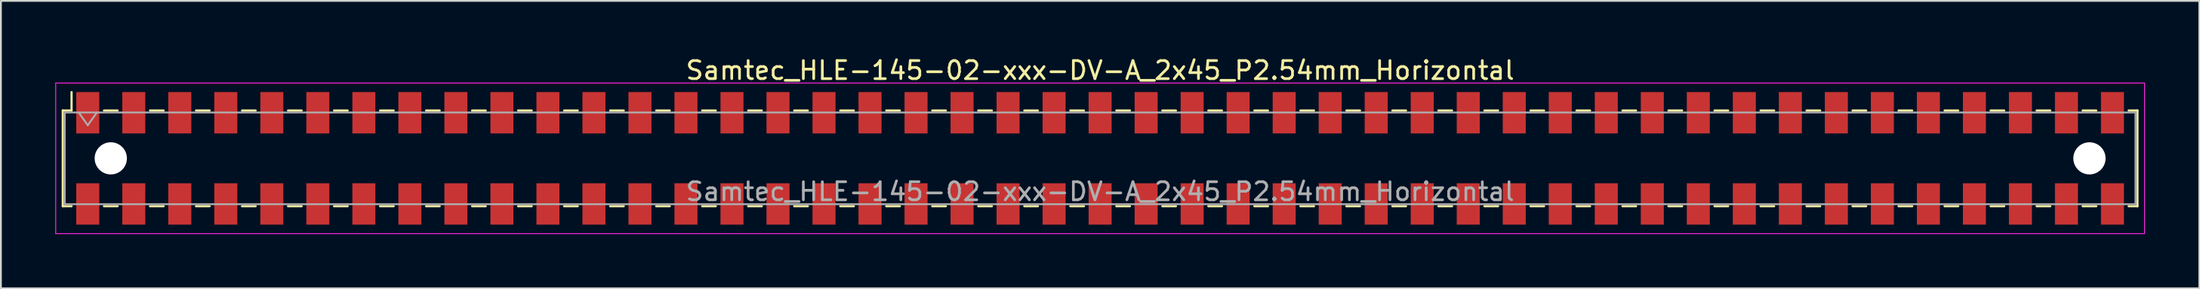
<source format=kicad_pcb>
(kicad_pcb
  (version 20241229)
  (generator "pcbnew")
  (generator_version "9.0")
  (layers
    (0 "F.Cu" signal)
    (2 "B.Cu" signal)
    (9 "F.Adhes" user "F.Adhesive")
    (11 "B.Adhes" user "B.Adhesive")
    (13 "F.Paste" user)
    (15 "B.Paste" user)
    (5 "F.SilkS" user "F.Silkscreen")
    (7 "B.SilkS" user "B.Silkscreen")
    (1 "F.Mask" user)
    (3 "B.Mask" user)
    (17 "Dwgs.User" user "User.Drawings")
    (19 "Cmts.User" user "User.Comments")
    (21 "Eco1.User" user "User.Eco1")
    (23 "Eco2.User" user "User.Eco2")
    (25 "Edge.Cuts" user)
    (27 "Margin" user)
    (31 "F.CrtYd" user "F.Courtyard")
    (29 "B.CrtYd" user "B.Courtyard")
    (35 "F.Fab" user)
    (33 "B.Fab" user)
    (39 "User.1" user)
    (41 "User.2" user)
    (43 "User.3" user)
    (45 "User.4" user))
  (footprint "Samtec_HLE-145-02-xxx-DV-A_2x45_P2.54mm_Horizontal"
    (layer "F.Cu")
    (at 57.675 5.718)
    (property "Reference" "Samtec_HLE-145-02-xxx-DV-A_2x45_P2.54mm_Horizontal" (at 0 -4.87 0) (layer "F.SilkS") (effects (font (size 1 1) (thickness 0.15))))
    (attr smd)
    (fp_line (start -57.26 -2.65) (end -57.26 2.65) (stroke (width 0.12) (type solid)) (layer "F.SilkS"))
    (fp_line (start -57.26 2.65) (end -56.775 2.65) (stroke (width 0.12) (type solid)) (layer "F.SilkS"))
    (fp_line (start -56.775 -3.67) (end -56.775 -2.65) (stroke (width 0.12) (type solid)) (layer "F.SilkS"))
    (fp_line (start -56.775 -2.65) (end -57.26 -2.65) (stroke (width 0.12) (type solid)) (layer "F.SilkS"))
    (fp_line (start -54.985 -2.65) (end -54.235 -2.65) (stroke (width 0.12) (type solid)) (layer "F.SilkS"))
    (fp_line (start -54.985 2.65) (end -54.235 2.65) (stroke (width 0.12) (type solid)) (layer "F.SilkS"))
    (fp_line (start -52.445 -2.65) (end -51.695 -2.65) (stroke (width 0.12) (type solid)) (layer "F.SilkS"))
    (fp_line (start -52.445 2.65) (end -51.695 2.65) (stroke (width 0.12) (type solid)) (layer "F.SilkS"))
    (fp_line (start -49.905 -2.65) (end -49.155 -2.65) (stroke (width 0.12) (type solid)) (layer "F.SilkS"))
    (fp_line (start -49.905 2.65) (end -49.155 2.65) (stroke (width 0.12) (type solid)) (layer "F.SilkS"))
    (fp_line (start -47.365 -2.65) (end -46.615 -2.65) (stroke (width 0.12) (type solid)) (layer "F.SilkS"))
    (fp_line (start -47.365 2.65) (end -46.615 2.65) (stroke (width 0.12) (type solid)) (layer "F.SilkS"))
    (fp_line (start -44.825 -2.65) (end -44.075 -2.65) (stroke (width 0.12) (type solid)) (layer "F.SilkS"))
    (fp_line (start -44.825 2.65) (end -44.075 2.65) (stroke (width 0.12) (type solid)) (layer "F.SilkS"))
    (fp_line (start -42.285 -2.65) (end -41.535 -2.65) (stroke (width 0.12) (type solid)) (layer "F.SilkS"))
    (fp_line (start -42.285 2.65) (end -41.535 2.65) (stroke (width 0.12) (type solid)) (layer "F.SilkS"))
    (fp_line (start -39.745 -2.65) (end -38.995 -2.65) (stroke (width 0.12) (type solid)) (layer "F.SilkS"))
    (fp_line (start -39.745 2.65) (end -38.995 2.65) (stroke (width 0.12) (type solid)) (layer "F.SilkS"))
    (fp_line (start -37.205 -2.65) (end -36.455 -2.65) (stroke (width 0.12) (type solid)) (layer "F.SilkS"))
    (fp_line (start -37.205 2.65) (end -36.455 2.65) (stroke (width 0.12) (type solid)) (layer "F.SilkS"))
    (fp_line (start -34.665 -2.65) (end -33.915 -2.65) (stroke (width 0.12) (type solid)) (layer "F.SilkS"))
    (fp_line (start -34.665 2.65) (end -33.915 2.65) (stroke (width 0.12) (type solid)) (layer "F.SilkS"))
    (fp_line (start -32.125 -2.65) (end -31.375 -2.65) (stroke (width 0.12) (type solid)) (layer "F.SilkS"))
    (fp_line (start -32.125 2.65) (end -31.375 2.65) (stroke (width 0.12) (type solid)) (layer "F.SilkS"))
    (fp_line (start -29.585 -2.65) (end -28.835 -2.65) (stroke (width 0.12) (type solid)) (layer "F.SilkS"))
    (fp_line (start -29.585 2.65) (end -28.835 2.65) (stroke (width 0.12) (type solid)) (layer "F.SilkS"))
    (fp_line (start -27.045 -2.65) (end -26.295 -2.65) (stroke (width 0.12) (type solid)) (layer "F.SilkS"))
    (fp_line (start -27.045 2.65) (end -26.295 2.65) (stroke (width 0.12) (type solid)) (layer "F.SilkS"))
    (fp_line (start -24.505 -2.65) (end -23.755 -2.65) (stroke (width 0.12) (type solid)) (layer "F.SilkS"))
    (fp_line (start -24.505 2.65) (end -23.755 2.65) (stroke (width 0.12) (type solid)) (layer "F.SilkS"))
    (fp_line (start -21.965 -2.65) (end -21.215 -2.65) (stroke (width 0.12) (type solid)) (layer "F.SilkS"))
    (fp_line (start -21.965 2.65) (end -21.215 2.65) (stroke (width 0.12) (type solid)) (layer "F.SilkS"))
    (fp_line (start -19.425 -2.65) (end -18.675 -2.65) (stroke (width 0.12) (type solid)) (layer "F.SilkS"))
    (fp_line (start -19.425 2.65) (end -18.675 2.65) (stroke (width 0.12) (type solid)) (layer "F.SilkS"))
    (fp_line (start -16.885 -2.65) (end -16.135 -2.65) (stroke (width 0.12) (type solid)) (layer "F.SilkS"))
    (fp_line (start -16.885 2.65) (end -16.135 2.65) (stroke (width 0.12) (type solid)) (layer "F.SilkS"))
    (fp_line (start -14.345 -2.65) (end -13.595 -2.65) (stroke (width 0.12) (type solid)) (layer "F.SilkS"))
    (fp_line (start -14.345 2.65) (end -13.595 2.65) (stroke (width 0.12) (type solid)) (layer "F.SilkS"))
    (fp_line (start -11.805 -2.65) (end -11.055 -2.65) (stroke (width 0.12) (type solid)) (layer "F.SilkS"))
    (fp_line (start -11.805 2.65) (end -11.055 2.65) (stroke (width 0.12) (type solid)) (layer "F.SilkS"))
    (fp_line (start -9.265 -2.65) (end -8.515 -2.65) (stroke (width 0.12) (type solid)) (layer "F.SilkS"))
    (fp_line (start -9.265 2.65) (end -8.515 2.65) (stroke (width 0.12) (type solid)) (layer "F.SilkS"))
    (fp_line (start -6.725 -2.65) (end -5.975 -2.65) (stroke (width 0.12) (type solid)) (layer "F.SilkS"))
    (fp_line (start -6.725 2.65) (end -5.975 2.65) (stroke (width 0.12) (type solid)) (layer "F.SilkS"))
    (fp_line (start -4.185 -2.65) (end -3.435 -2.65) (stroke (width 0.12) (type solid)) (layer "F.SilkS"))
    (fp_line (start -4.185 2.65) (end -3.435 2.65) (stroke (width 0.12) (type solid)) (layer "F.SilkS"))
    (fp_line (start -1.645 -2.65) (end -0.895 -2.65) (stroke (width 0.12) (type solid)) (layer "F.SilkS"))
    (fp_line (start -1.645 2.65) (end -0.895 2.65) (stroke (width 0.12) (type solid)) (layer "F.SilkS"))
    (fp_line (start 0.895 -2.65) (end 1.645 -2.65) (stroke (width 0.12) (type solid)) (layer "F.SilkS"))
    (fp_line (start 0.895 2.65) (end 1.645 2.65) (stroke (width 0.12) (type solid)) (layer "F.SilkS"))
    (fp_line (start 3.435 -2.65) (end 4.185 -2.65) (stroke (width 0.12) (type solid)) (layer "F.SilkS"))
    (fp_line (start 3.435 2.65) (end 4.185 2.65) (stroke (width 0.12) (type solid)) (layer "F.SilkS"))
    (fp_line (start 5.975 -2.65) (end 6.725 -2.65) (stroke (width 0.12) (type solid)) (layer "F.SilkS"))
    (fp_line (start 5.975 2.65) (end 6.725 2.65) (stroke (width 0.12) (type solid)) (layer "F.SilkS"))
    (fp_line (start 8.515 -2.65) (end 9.265 -2.65) (stroke (width 0.12) (type solid)) (layer "F.SilkS"))
    (fp_line (start 8.515 2.65) (end 9.265 2.65) (stroke (width 0.12) (type solid)) (layer "F.SilkS"))
    (fp_line (start 11.055 -2.65) (end 11.805 -2.65) (stroke (width 0.12) (type solid)) (layer "F.SilkS"))
    (fp_line (start 11.055 2.65) (end 11.805 2.65) (stroke (width 0.12) (type solid)) (layer "F.SilkS"))
    (fp_line (start 13.595 -2.65) (end 14.345 -2.65) (stroke (width 0.12) (type solid)) (layer "F.SilkS"))
    (fp_line (start 13.595 2.65) (end 14.345 2.65) (stroke (width 0.12) (type solid)) (layer "F.SilkS"))
    (fp_line (start 16.135 -2.65) (end 16.885 -2.65) (stroke (width 0.12) (type solid)) (layer "F.SilkS"))
    (fp_line (start 16.135 2.65) (end 16.885 2.65) (stroke (width 0.12) (type solid)) (layer "F.SilkS"))
    (fp_line (start 18.675 -2.65) (end 19.425 -2.65) (stroke (width 0.12) (type solid)) (layer "F.SilkS"))
    (fp_line (start 18.675 2.65) (end 19.425 2.65) (stroke (width 0.12) (type solid)) (layer "F.SilkS"))
    (fp_line (start 21.215 -2.65) (end 21.965 -2.65) (stroke (width 0.12) (type solid)) (layer "F.SilkS"))
    (fp_line (start 21.215 2.65) (end 21.965 2.65) (stroke (width 0.12) (type solid)) (layer "F.SilkS"))
    (fp_line (start 23.755 -2.65) (end 24.505 -2.65) (stroke (width 0.12) (type solid)) (layer "F.SilkS"))
    (fp_line (start 23.755 2.65) (end 24.505 2.65) (stroke (width 0.12) (type solid)) (layer "F.SilkS"))
    (fp_line (start 26.295 -2.65) (end 27.045 -2.65) (stroke (width 0.12) (type solid)) (layer "F.SilkS"))
    (fp_line (start 26.295 2.65) (end 27.045 2.65) (stroke (width 0.12) (type solid)) (layer "F.SilkS"))
    (fp_line (start 28.835 -2.65) (end 29.585 -2.65) (stroke (width 0.12) (type solid)) (layer "F.SilkS"))
    (fp_line (start 28.835 2.65) (end 29.585 2.65) (stroke (width 0.12) (type solid)) (layer "F.SilkS"))
    (fp_line (start 31.375 -2.65) (end 32.125 -2.65) (stroke (width 0.12) (type solid)) (layer "F.SilkS"))
    (fp_line (start 31.375 2.65) (end 32.125 2.65) (stroke (width 0.12) (type solid)) (layer "F.SilkS"))
    (fp_line (start 33.915 -2.65) (end 34.665 -2.65) (stroke (width 0.12) (type solid)) (layer "F.SilkS"))
    (fp_line (start 33.915 2.65) (end 34.665 2.65) (stroke (width 0.12) (type solid)) (layer "F.SilkS"))
    (fp_line (start 36.455 -2.65) (end 37.205 -2.65) (stroke (width 0.12) (type solid)) (layer "F.SilkS"))
    (fp_line (start 36.455 2.65) (end 37.205 2.65) (stroke (width 0.12) (type solid)) (layer "F.SilkS"))
    (fp_line (start 38.995 -2.65) (end 39.745 -2.65) (stroke (width 0.12) (type solid)) (layer "F.SilkS"))
    (fp_line (start 38.995 2.65) (end 39.745 2.65) (stroke (width 0.12) (type solid)) (layer "F.SilkS"))
    (fp_line (start 41.535 -2.65) (end 42.285 -2.65) (stroke (width 0.12) (type solid)) (layer "F.SilkS"))
    (fp_line (start 41.535 2.65) (end 42.285 2.65) (stroke (width 0.12) (type solid)) (layer "F.SilkS"))
    (fp_line (start 44.075 -2.65) (end 44.825 -2.65) (stroke (width 0.12) (type solid)) (layer "F.SilkS"))
    (fp_line (start 44.075 2.65) (end 44.825 2.65) (stroke (width 0.12) (type solid)) (layer "F.SilkS"))
    (fp_line (start 46.615 -2.65) (end 47.365 -2.65) (stroke (width 0.12) (type solid)) (layer "F.SilkS"))
    (fp_line (start 46.615 2.65) (end 47.365 2.65) (stroke (width 0.12) (type solid)) (layer "F.SilkS"))
    (fp_line (start 49.155 -2.65) (end 49.905 -2.65) (stroke (width 0.12) (type solid)) (layer "F.SilkS"))
    (fp_line (start 49.155 2.65) (end 49.905 2.65) (stroke (width 0.12) (type solid)) (layer "F.SilkS"))
    (fp_line (start 51.695 -2.65) (end 52.445 -2.65) (stroke (width 0.12) (type solid)) (layer "F.SilkS"))
    (fp_line (start 51.695 2.65) (end 52.445 2.65) (stroke (width 0.12) (type solid)) (layer "F.SilkS"))
    (fp_line (start 54.235 -2.65) (end 54.985 -2.65) (stroke (width 0.12) (type solid)) (layer "F.SilkS"))
    (fp_line (start 54.235 2.65) (end 54.985 2.65) (stroke (width 0.12) (type solid)) (layer "F.SilkS"))
    (fp_line (start 56.775 -2.65) (end 57.26 -2.65) (stroke (width 0.12) (type solid)) (layer "F.SilkS"))
    (fp_line (start 57.26 -2.65) (end 57.26 2.65) (stroke (width 0.12) (type solid)) (layer "F.SilkS"))
    (fp_line (start 57.26 2.65) (end 56.775 2.65) (stroke (width 0.12) (type solid)) (layer "F.SilkS"))
    (fp_line (start -57.65 -4.17) (end 57.65 -4.17) (stroke (width 0.05) (type solid)) (layer "F.CrtYd"))
    (fp_line (start -57.65 4.17) (end -57.65 -4.17) (stroke (width 0.05) (type solid)) (layer "F.CrtYd"))
    (fp_line (start 57.65 -4.17) (end 57.65 4.17) (stroke (width 0.05) (type solid)) (layer "F.CrtYd"))
    (fp_line (start 57.65 4.17) (end -57.65 4.17) (stroke (width 0.05) (type solid)) (layer "F.CrtYd"))
    (fp_line (start -57.15 -2.54) (end 57.15 -2.54) (stroke (width 0.1) (type solid)) (layer "F.Fab"))
    (fp_line (start -57.15 2.54) (end -57.15 -2.54) (stroke (width 0.1) (type solid)) (layer "F.Fab"))
    (fp_line (start -56.38 -2.54) (end -55.88 -1.833) (stroke (width 0.1) (type solid)) (layer "F.Fab"))
    (fp_line (start -55.88 -1.833) (end -55.38 -2.54) (stroke (width 0.1) (type solid)) (layer "F.Fab"))
    (fp_line (start 57.15 -2.54) (end 57.15 2.54) (stroke (width 0.1) (type solid)) (layer "F.Fab"))
    (fp_line (start 57.15 2.54) (end -57.15 2.54) (stroke (width 0.1) (type solid)) (layer "F.Fab"))
    (fp_text user "${REFERENCE}" (at 0 1.84 0) (layer "F.Fab") (effects (font (size 1 1) (thickness 0.15))))
    (pad "" np_thru_hole circle (at -54.61 0) (size 1.78 1.78) (drill 1.78) (layers "*.Cu" "*.Mask"))
    (pad "" np_thru_hole circle (at 54.61 0) (size 1.78 1.78) (drill 1.78) (layers "*.Cu" "*.Mask"))
    (pad "1" smd rect (at -55.88 -2.525) (size 1.27 2.29) (layers "F.Cu" "F.Mask" "F.Paste"))
    (pad "2" smd rect (at -55.88 2.525) (size 1.27 2.29) (layers "F.Cu" "F.Mask" "F.Paste"))
    (pad "3" smd rect (at -53.34 -2.525) (size 1.27 2.29) (layers "F.Cu" "F.Mask" "F.Paste"))
    (pad "4" smd rect (at -53.34 2.525) (size 1.27 2.29) (layers "F.Cu" "F.Mask" "F.Paste"))
    (pad "5" smd rect (at -50.8 -2.525) (size 1.27 2.29) (layers "F.Cu" "F.Mask" "F.Paste"))
    (pad "6" smd rect (at -50.8 2.525) (size 1.27 2.29) (layers "F.Cu" "F.Mask" "F.Paste"))
    (pad "7" smd rect (at -48.26 -2.525) (size 1.27 2.29) (layers "F.Cu" "F.Mask" "F.Paste"))
    (pad "8" smd rect (at -48.26 2.525) (size 1.27 2.29) (layers "F.Cu" "F.Mask" "F.Paste"))
    (pad "9" smd rect (at -45.72 -2.525) (size 1.27 2.29) (layers "F.Cu" "F.Mask" "F.Paste"))
    (pad "10" smd rect (at -45.72 2.525) (size 1.27 2.29) (layers "F.Cu" "F.Mask" "F.Paste"))
    (pad "11" smd rect (at -43.18 -2.525) (size 1.27 2.29) (layers "F.Cu" "F.Mask" "F.Paste"))
    (pad "12" smd rect (at -43.18 2.525) (size 1.27 2.29) (layers "F.Cu" "F.Mask" "F.Paste"))
    (pad "13" smd rect (at -40.64 -2.525) (size 1.27 2.29) (layers "F.Cu" "F.Mask" "F.Paste"))
    (pad "14" smd rect (at -40.64 2.525) (size 1.27 2.29) (layers "F.Cu" "F.Mask" "F.Paste"))
    (pad "15" smd rect (at -38.1 -2.525) (size 1.27 2.29) (layers "F.Cu" "F.Mask" "F.Paste"))
    (pad "16" smd rect (at -38.1 2.525) (size 1.27 2.29) (layers "F.Cu" "F.Mask" "F.Paste"))
    (pad "17" smd rect (at -35.56 -2.525) (size 1.27 2.29) (layers "F.Cu" "F.Mask" "F.Paste"))
    (pad "18" smd rect (at -35.56 2.525) (size 1.27 2.29) (layers "F.Cu" "F.Mask" "F.Paste"))
    (pad "19" smd rect (at -33.02 -2.525) (size 1.27 2.29) (layers "F.Cu" "F.Mask" "F.Paste"))
    (pad "20" smd rect (at -33.02 2.525) (size 1.27 2.29) (layers "F.Cu" "F.Mask" "F.Paste"))
    (pad "21" smd rect (at -30.48 -2.525) (size 1.27 2.29) (layers "F.Cu" "F.Mask" "F.Paste"))
    (pad "22" smd rect (at -30.48 2.525) (size 1.27 2.29) (layers "F.Cu" "F.Mask" "F.Paste"))
    (pad "23" smd rect (at -27.94 -2.525) (size 1.27 2.29) (layers "F.Cu" "F.Mask" "F.Paste"))
    (pad "24" smd rect (at -27.94 2.525) (size 1.27 2.29) (layers "F.Cu" "F.Mask" "F.Paste"))
    (pad "25" smd rect (at -25.4 -2.525) (size 1.27 2.29) (layers "F.Cu" "F.Mask" "F.Paste"))
    (pad "26" smd rect (at -25.4 2.525) (size 1.27 2.29) (layers "F.Cu" "F.Mask" "F.Paste"))
    (pad "27" smd rect (at -22.86 -2.525) (size 1.27 2.29) (layers "F.Cu" "F.Mask" "F.Paste"))
    (pad "28" smd rect (at -22.86 2.525) (size 1.27 2.29) (layers "F.Cu" "F.Mask" "F.Paste"))
    (pad "29" smd rect (at -20.32 -2.525) (size 1.27 2.29) (layers "F.Cu" "F.Mask" "F.Paste"))
    (pad "30" smd rect (at -20.32 2.525) (size 1.27 2.29) (layers "F.Cu" "F.Mask" "F.Paste"))
    (pad "31" smd rect (at -17.78 -2.525) (size 1.27 2.29) (layers "F.Cu" "F.Mask" "F.Paste"))
    (pad "32" smd rect (at -17.78 2.525) (size 1.27 2.29) (layers "F.Cu" "F.Mask" "F.Paste"))
    (pad "33" smd rect (at -15.24 -2.525) (size 1.27 2.29) (layers "F.Cu" "F.Mask" "F.Paste"))
    (pad "34" smd rect (at -15.24 2.525) (size 1.27 2.29) (layers "F.Cu" "F.Mask" "F.Paste"))
    (pad "35" smd rect (at -12.7 -2.525) (size 1.27 2.29) (layers "F.Cu" "F.Mask" "F.Paste"))
    (pad "36" smd rect (at -12.7 2.525) (size 1.27 2.29) (layers "F.Cu" "F.Mask" "F.Paste"))
    (pad "37" smd rect (at -10.16 -2.525) (size 1.27 2.29) (layers "F.Cu" "F.Mask" "F.Paste"))
    (pad "38" smd rect (at -10.16 2.525) (size 1.27 2.29) (layers "F.Cu" "F.Mask" "F.Paste"))
    (pad "39" smd rect (at -7.62 -2.525) (size 1.27 2.29) (layers "F.Cu" "F.Mask" "F.Paste"))
    (pad "40" smd rect (at -7.62 2.525) (size 1.27 2.29) (layers "F.Cu" "F.Mask" "F.Paste"))
    (pad "41" smd rect (at -5.08 -2.525) (size 1.27 2.29) (layers "F.Cu" "F.Mask" "F.Paste"))
    (pad "42" smd rect (at -5.08 2.525) (size 1.27 2.29) (layers "F.Cu" "F.Mask" "F.Paste"))
    (pad "43" smd rect (at -2.54 -2.525) (size 1.27 2.29) (layers "F.Cu" "F.Mask" "F.Paste"))
    (pad "44" smd rect (at -2.54 2.525) (size 1.27 2.29) (layers "F.Cu" "F.Mask" "F.Paste"))
    (pad "45" smd rect (at 0 -2.525) (size 1.27 2.29) (layers "F.Cu" "F.Mask" "F.Paste"))
    (pad "46" smd rect (at 0 2.525) (size 1.27 2.29) (layers "F.Cu" "F.Mask" "F.Paste"))
    (pad "47" smd rect (at 2.54 -2.525) (size 1.27 2.29) (layers "F.Cu" "F.Mask" "F.Paste"))
    (pad "48" smd rect (at 2.54 2.525) (size 1.27 2.29) (layers "F.Cu" "F.Mask" "F.Paste"))
    (pad "49" smd rect (at 5.08 -2.525) (size 1.27 2.29) (layers "F.Cu" "F.Mask" "F.Paste"))
    (pad "50" smd rect (at 5.08 2.525) (size 1.27 2.29) (layers "F.Cu" "F.Mask" "F.Paste"))
    (pad "51" smd rect (at 7.62 -2.525) (size 1.27 2.29) (layers "F.Cu" "F.Mask" "F.Paste"))
    (pad "52" smd rect (at 7.62 2.525) (size 1.27 2.29) (layers "F.Cu" "F.Mask" "F.Paste"))
    (pad "53" smd rect (at 10.16 -2.525) (size 1.27 2.29) (layers "F.Cu" "F.Mask" "F.Paste"))
    (pad "54" smd rect (at 10.16 2.525) (size 1.27 2.29) (layers "F.Cu" "F.Mask" "F.Paste"))
    (pad "55" smd rect (at 12.7 -2.525) (size 1.27 2.29) (layers "F.Cu" "F.Mask" "F.Paste"))
    (pad "56" smd rect (at 12.7 2.525) (size 1.27 2.29) (layers "F.Cu" "F.Mask" "F.Paste"))
    (pad "57" smd rect (at 15.24 -2.525) (size 1.27 2.29) (layers "F.Cu" "F.Mask" "F.Paste"))
    (pad "58" smd rect (at 15.24 2.525) (size 1.27 2.29) (layers "F.Cu" "F.Mask" "F.Paste"))
    (pad "59" smd rect (at 17.78 -2.525) (size 1.27 2.29) (layers "F.Cu" "F.Mask" "F.Paste"))
    (pad "60" smd rect (at 17.78 2.525) (size 1.27 2.29) (layers "F.Cu" "F.Mask" "F.Paste"))
    (pad "61" smd rect (at 20.32 -2.525) (size 1.27 2.29) (layers "F.Cu" "F.Mask" "F.Paste"))
    (pad "62" smd rect (at 20.32 2.525) (size 1.27 2.29) (layers "F.Cu" "F.Mask" "F.Paste"))
    (pad "63" smd rect (at 22.86 -2.525) (size 1.27 2.29) (layers "F.Cu" "F.Mask" "F.Paste"))
    (pad "64" smd rect (at 22.86 2.525) (size 1.27 2.29) (layers "F.Cu" "F.Mask" "F.Paste"))
    (pad "65" smd rect (at 25.4 -2.525) (size 1.27 2.29) (layers "F.Cu" "F.Mask" "F.Paste"))
    (pad "66" smd rect (at 25.4 2.525) (size 1.27 2.29) (layers "F.Cu" "F.Mask" "F.Paste"))
    (pad "67" smd rect (at 27.94 -2.525) (size 1.27 2.29) (layers "F.Cu" "F.Mask" "F.Paste"))
    (pad "68" smd rect (at 27.94 2.525) (size 1.27 2.29) (layers "F.Cu" "F.Mask" "F.Paste"))
    (pad "69" smd rect (at 30.48 -2.525) (size 1.27 2.29) (layers "F.Cu" "F.Mask" "F.Paste"))
    (pad "70" smd rect (at 30.48 2.525) (size 1.27 2.29) (layers "F.Cu" "F.Mask" "F.Paste"))
    (pad "71" smd rect (at 33.02 -2.525) (size 1.27 2.29) (layers "F.Cu" "F.Mask" "F.Paste"))
    (pad "72" smd rect (at 33.02 2.525) (size 1.27 2.29) (layers "F.Cu" "F.Mask" "F.Paste"))
    (pad "73" smd rect (at 35.56 -2.525) (size 1.27 2.29) (layers "F.Cu" "F.Mask" "F.Paste"))
    (pad "74" smd rect (at 35.56 2.525) (size 1.27 2.29) (layers "F.Cu" "F.Mask" "F.Paste"))
    (pad "75" smd rect (at 38.1 -2.525) (size 1.27 2.29) (layers "F.Cu" "F.Mask" "F.Paste"))
    (pad "76" smd rect (at 38.1 2.525) (size 1.27 2.29) (layers "F.Cu" "F.Mask" "F.Paste"))
    (pad "77" smd rect (at 40.64 -2.525) (size 1.27 2.29) (layers "F.Cu" "F.Mask" "F.Paste"))
    (pad "78" smd rect (at 40.64 2.525) (size 1.27 2.29) (layers "F.Cu" "F.Mask" "F.Paste"))
    (pad "79" smd rect (at 43.18 -2.525) (size 1.27 2.29) (layers "F.Cu" "F.Mask" "F.Paste"))
    (pad "80" smd rect (at 43.18 2.525) (size 1.27 2.29) (layers "F.Cu" "F.Mask" "F.Paste"))
    (pad "81" smd rect (at 45.72 -2.525) (size 1.27 2.29) (layers "F.Cu" "F.Mask" "F.Paste"))
    (pad "82" smd rect (at 45.72 2.525) (size 1.27 2.29) (layers "F.Cu" "F.Mask" "F.Paste"))
    (pad "83" smd rect (at 48.26 -2.525) (size 1.27 2.29) (layers "F.Cu" "F.Mask" "F.Paste"))
    (pad "84" smd rect (at 48.26 2.525) (size 1.27 2.29) (layers "F.Cu" "F.Mask" "F.Paste"))
    (pad "85" smd rect (at 50.8 -2.525) (size 1.27 2.29) (layers "F.Cu" "F.Mask" "F.Paste"))
    (pad "86" smd rect (at 50.8 2.525) (size 1.27 2.29) (layers "F.Cu" "F.Mask" "F.Paste"))
    (pad "87" smd rect (at 53.34 -2.525) (size 1.27 2.29) (layers "F.Cu" "F.Mask" "F.Paste"))
    (pad "88" smd rect (at 53.34 2.525) (size 1.27 2.29) (layers "F.Cu" "F.Mask" "F.Paste"))
    (pad "89" smd rect (at 55.88 -2.525) (size 1.27 2.29) (layers "F.Cu" "F.Mask" "F.Paste"))
    (pad "90" smd rect (at 55.88 2.525) (size 1.27 2.29) (layers "F.Cu" "F.Mask" "F.Paste")))
  (gr_rect
    (start -3 -3)
    (end 118.35 12.913)
    (stroke (width 0.1) (type default))
    (fill no)
    (layer "Edge.Cuts")))
</source>
